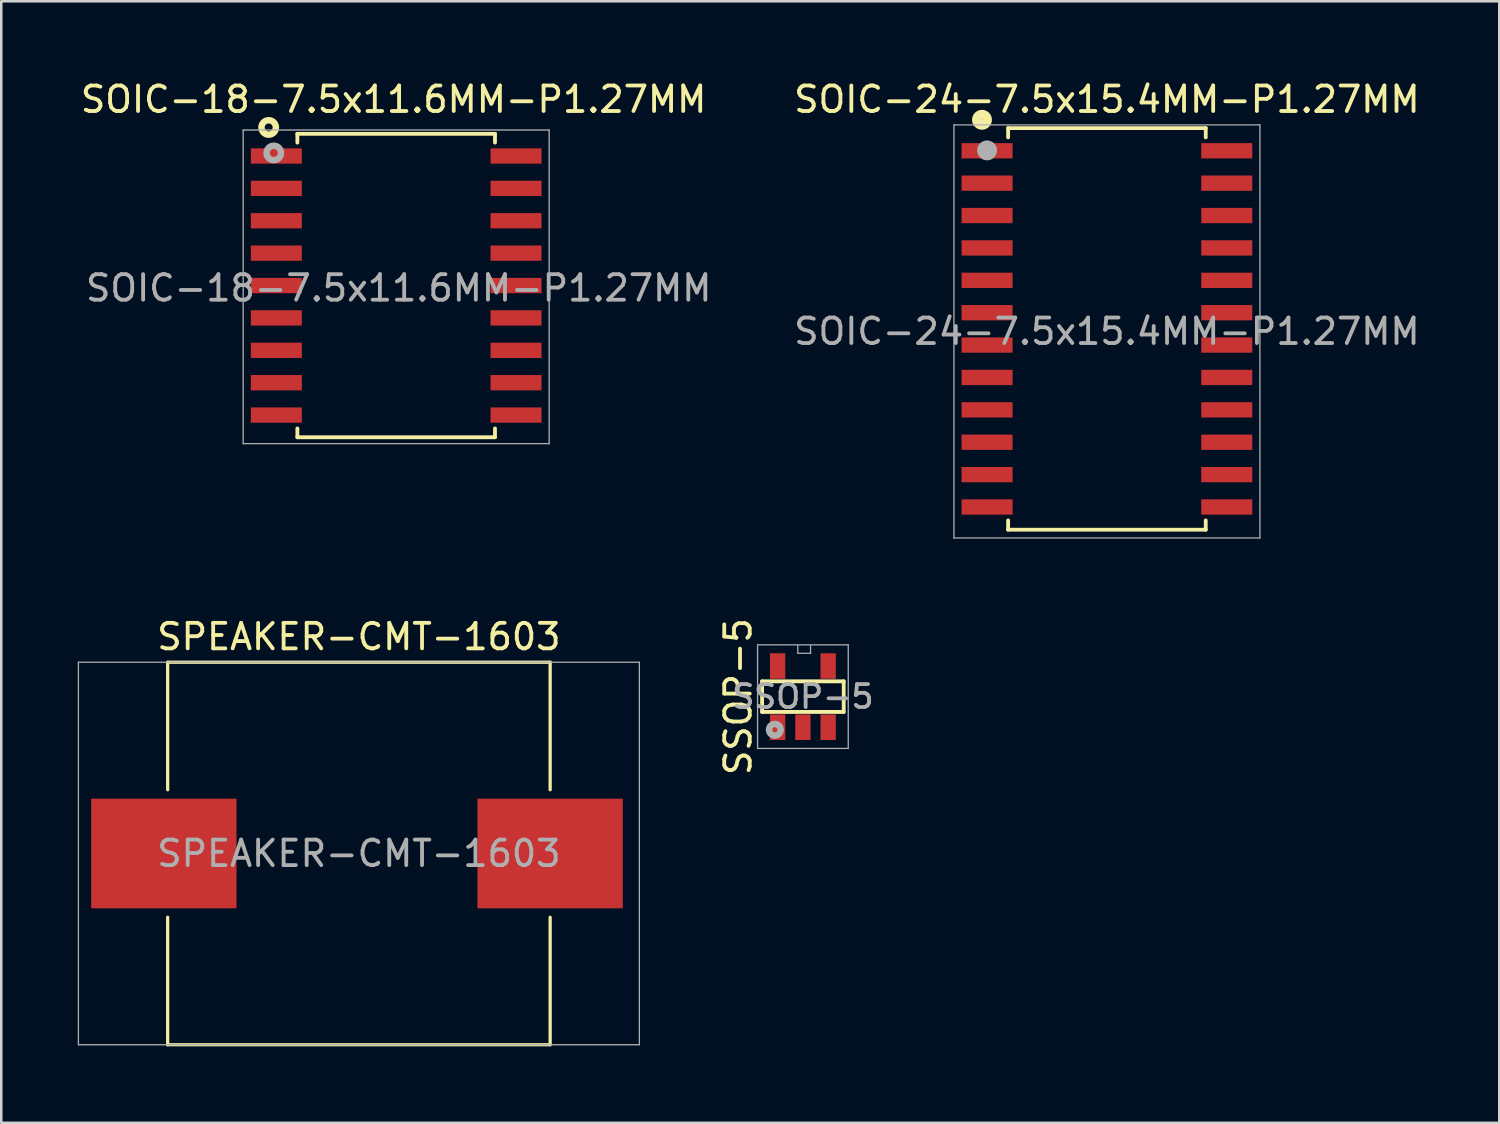
<source format=kicad_pcb>
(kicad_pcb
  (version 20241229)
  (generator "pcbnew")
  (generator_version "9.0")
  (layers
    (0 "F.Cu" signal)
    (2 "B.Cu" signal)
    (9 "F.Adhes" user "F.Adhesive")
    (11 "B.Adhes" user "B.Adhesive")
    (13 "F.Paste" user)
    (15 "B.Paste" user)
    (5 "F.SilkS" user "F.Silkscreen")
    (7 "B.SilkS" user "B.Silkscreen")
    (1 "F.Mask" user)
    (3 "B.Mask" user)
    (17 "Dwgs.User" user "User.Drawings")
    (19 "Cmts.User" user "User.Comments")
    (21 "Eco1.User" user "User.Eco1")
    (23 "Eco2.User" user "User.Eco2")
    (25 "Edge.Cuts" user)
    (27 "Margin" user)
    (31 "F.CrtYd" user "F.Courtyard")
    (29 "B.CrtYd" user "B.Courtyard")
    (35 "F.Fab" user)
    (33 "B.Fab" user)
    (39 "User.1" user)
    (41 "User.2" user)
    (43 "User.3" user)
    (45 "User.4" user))
  (footprint "SPEAKER-CMT-1603"
    (layer "F.Cu")
    (at 11.025 30.422)
    (property "Reference" "SPEAKER-CMT-1603" (at 0 0 0) (layer "F.Fab") (effects (font (size 1 1) (thickness 0.15))))
    (attr smd)
    (fp_line (start -7.5 -7.5) (end -7.5 -2.5) (stroke (width 0.127) (type solid)) (layer "F.SilkS"))
    (fp_line (start -7.5 2.5) (end -7.5 7.5) (stroke (width 0.127) (type solid)) (layer "F.SilkS"))
    (fp_line (start -7.5 7.5) (end 7.5 7.5) (stroke (width 0.127) (type solid)) (layer "F.SilkS"))
    (fp_line (start 7.5 -7.5) (end -7.5 -7.5) (stroke (width 0.127) (type solid)) (layer "F.SilkS"))
    (fp_line (start 7.5 -2.5) (end 7.5 -7.5) (stroke (width 0.127) (type solid)) (layer "F.SilkS"))
    (fp_line (start 7.5 7.5) (end 7.5 2.5) (stroke (width 0.127) (type solid)) (layer "F.SilkS"))
    (fp_line (start -11 -7.5) (end -11 7.5) (stroke (width 0.05) (type solid)) (layer "F.Fab"))
    (fp_line (start -11 7.5) (end 11 7.5) (stroke (width 0.05) (type solid)) (layer "F.Fab"))
    (fp_line (start 11 -7.5) (end -11 -7.5) (stroke (width 0.05) (type solid)) (layer "F.Fab"))
    (fp_line (start 11 7.5) (end 11 -7.5) (stroke (width 0.05) (type solid)) (layer "F.Fab"))
    (fp_text user "${REFERENCE}" (at 0 -8.5 0) (layer "F.SilkS") (effects (font (size 1 1) (thickness 0.15))))
    (pad "1" smd rect (at -7.65 0) (size 5.7 4.3) (layers "F.Cu" "F.Mask" "F.Paste"))
    (pad "2" smd rect (at 7.5 0) (size 5.7 4.3) (layers "F.Cu" "F.Mask" "F.Paste")))
  (footprint "SOIC-18-7.5x11.6MM-P1.27MM"
    (layer "F.Cu")
    (at 12.487 8.148)
    (property "Reference" "SOIC-18-7.5x11.6MM-P1.27MM" (at 0.1 0.1 0) (layer "F.Fab") (effects (font (size 1 1) (thickness 0.15))))
    (attr smd)
    (fp_line (start -3.875 -5.95) (end -3.875 -5.605) (stroke (width 0.15) (type solid)) (layer "F.SilkS"))
    (fp_line (start -3.875 -5.95) (end 3.875 -5.95) (stroke (width 0.15) (type solid)) (layer "F.SilkS"))
    (fp_line (start -3.875 5.95) (end -3.875 5.605) (stroke (width 0.15) (type solid)) (layer "F.SilkS"))
    (fp_line (start -3.875 5.95) (end 3.875 5.95) (stroke (width 0.15) (type solid)) (layer "F.SilkS"))
    (fp_line (start 3.875 -5.95) (end 3.875 -5.605) (stroke (width 0.15) (type solid)) (layer "F.SilkS"))
    (fp_line (start 3.875 5.95) (end 3.875 5.605) (stroke (width 0.15) (type solid)) (layer "F.SilkS"))
    (fp_circle (center -5 -6.2) (end -4.8 -6) (stroke (width 0.254) (type solid)) (fill no) (layer "F.SilkS"))
    (fp_line (start -6 -6.1) (end -6 6.2) (stroke (width 0.051) (type solid)) (layer "F.Fab"))
    (fp_line (start -6 6.2) (end 6 6.2) (stroke (width 0.051) (type solid)) (layer "F.Fab"))
    (fp_line (start 6 -6.1) (end -6 -6.1) (stroke (width 0.051) (type solid)) (layer "F.Fab"))
    (fp_line (start 6 6.2) (end 6 -6.1) (stroke (width 0.051) (type solid)) (layer "F.Fab"))
    (fp_circle (center -4.8 -5.2) (end -4.6 -5) (stroke (width 0.254) (type solid)) (fill no) (layer "F.Fab"))
    (fp_text user "${REFERENCE}" (at -0.1 -7.3 0) (layer "F.SilkS") (effects (font (size 1 1) (thickness 0.15))))
    (pad "1" smd rect (at -4.7 -5.08) (size 2 0.6) (layers "F.Cu" "F.Mask" "F.Paste"))
    (pad "2" smd rect (at -4.7 -3.81) (size 2 0.6) (layers "F.Cu" "F.Mask" "F.Paste"))
    (pad "3" smd rect (at -4.7 -2.54) (size 2 0.6) (layers "F.Cu" "F.Mask" "F.Paste"))
    (pad "4" smd rect (at -4.7 -1.27) (size 2 0.6) (layers "F.Cu" "F.Mask" "F.Paste"))
    (pad "5" smd rect (at -4.7 0) (size 2 0.6) (layers "F.Cu" "F.Mask" "F.Paste"))
    (pad "6" smd rect (at -4.7 1.27) (size 2 0.6) (layers "F.Cu" "F.Mask" "F.Paste"))
    (pad "7" smd rect (at -4.7 2.54) (size 2 0.6) (layers "F.Cu" "F.Mask" "F.Paste"))
    (pad "8" smd rect (at -4.7 3.81) (size 2 0.6) (layers "F.Cu" "F.Mask" "F.Paste"))
    (pad "9" smd rect (at -4.7 5.08) (size 2 0.6) (layers "F.Cu" "F.Mask" "F.Paste"))
    (pad "10" smd rect (at 4.7 5.08) (size 2 0.6) (layers "F.Cu" "F.Mask" "F.Paste"))
    (pad "11" smd rect (at 4.7 3.81) (size 2 0.6) (layers "F.Cu" "F.Mask" "F.Paste"))
    (pad "12" smd rect (at 4.7 2.54) (size 2 0.6) (layers "F.Cu" "F.Mask" "F.Paste"))
    (pad "13" smd rect (at 4.7 1.27) (size 2 0.6) (layers "F.Cu" "F.Mask" "F.Paste"))
    (pad "14" smd rect (at 4.7 0) (size 2 0.6) (layers "F.Cu" "F.Mask" "F.Paste"))
    (pad "15" smd rect (at 4.7 -1.27) (size 2 0.6) (layers "F.Cu" "F.Mask" "F.Paste"))
    (pad "16" smd rect (at 4.7 -2.54) (size 2 0.6) (layers "F.Cu" "F.Mask" "F.Paste"))
    (pad "17" smd rect (at 4.7 -3.81) (size 2 0.6) (layers "F.Cu" "F.Mask" "F.Paste"))
    (pad "18" smd rect (at 4.7 -5.08) (size 2 0.6) (layers "F.Cu" "F.Mask" "F.Paste")))
  (footprint "SSOP-5"
    (layer "F.Cu")
    (at 28.438 24.27)
    (property "Reference" "SSOP-5" (at 0 0 0) (layer "F.Fab") (effects (font (size 0.9 0.9) (thickness 0.15))))
    (attr smd)
    (fp_line (start -1.6 -0.6) (end -1.6 0.6) (stroke (width 0.15) (type solid)) (layer "F.SilkS"))
    (fp_line (start -1.6 0.6) (end 1.6 0.6) (stroke (width 0.15) (type solid)) (layer "F.SilkS"))
    (fp_line (start 1.6 -0.6) (end -1.6 -0.6) (stroke (width 0.15) (type solid)) (layer "F.SilkS"))
    (fp_line (start 1.6 0.6) (end 1.6 -0.6) (stroke (width 0.15) (type solid)) (layer "F.SilkS"))
    (fp_line (start -1.778 -2.032) (end -1.778 2.032) (stroke (width 0.05) (type solid)) (layer "F.Fab"))
    (fp_line (start -1.778 2.032) (end 1.778 2.032) (stroke (width 0.05) (type solid)) (layer "F.Fab"))
    (fp_line (start -0.2 -2) (end -0.2 -1.7) (stroke (width 0.05) (type solid)) (layer "F.Fab"))
    (fp_line (start -0.2 -1.7) (end 0.3 -1.7) (stroke (width 0.05) (type solid)) (layer "F.Fab"))
    (fp_line (start 0.3 -1.7) (end 0.3 -2) (stroke (width 0.05) (type solid)) (layer "F.Fab"))
    (fp_line (start 1.778 -2.032) (end -1.778 -2.032) (stroke (width 0.05) (type solid)) (layer "F.Fab"))
    (fp_line (start 1.778 2.032) (end 1.778 -2.032) (stroke (width 0.05) (type solid)) (layer "F.Fab"))
    (fp_circle (center -1.1 1.3) (end -1.1 1.2) (stroke (width 0.254) (type solid)) (fill no) (layer "F.Fab"))
    (fp_text user "${REFERENCE}" (at -2.54 0 90) (layer "F.SilkS") (effects (font (size 1 1) (thickness 0.15))))
    (pad "1" smd rect (at -0.99 1.2) (size 0.6 1) (layers "F.Cu" "F.Mask" "F.Paste"))
    (pad "2" smd rect (at 0 1.2) (size 0.6 1) (layers "F.Cu" "F.Mask" "F.Paste"))
    (pad "3" smd rect (at 0.99 1.2) (size 0.6 1) (layers "F.Cu" "F.Mask" "F.Paste"))
    (pad "4" smd rect (at 0.99 -1.2) (size 0.6 1) (layers "F.Cu" "F.Mask" "F.Paste"))
    (pad "5" smd rect (at -0.99 -1.2) (size 0.6 1) (layers "F.Cu" "F.Mask" "F.Paste")))
  (footprint "SOIC-24-7.5x15.4MM-P1.27MM"
    (layer "F.Cu")
    (at 40.361 9.848)
    (property "Reference" "SOIC-24-7.5x15.4MM-P1.27MM" (at 0 0.1 0) (layer "F.Fab") (effects (font (size 1 1) (thickness 0.15))))
    (attr smd)
    (fp_line (start -3.875 -7.875) (end -3.875 -7.51) (stroke (width 0.15) (type solid)) (layer "F.SilkS"))
    (fp_line (start -3.875 -7.875) (end 3.875 -7.875) (stroke (width 0.15) (type solid)) (layer "F.SilkS"))
    (fp_line (start -3.875 7.875) (end -3.875 7.51) (stroke (width 0.15) (type solid)) (layer "F.SilkS"))
    (fp_line (start -3.875 7.875) (end 3.875 7.875) (stroke (width 0.15) (type solid)) (layer "F.SilkS"))
    (fp_line (start 3.875 -7.875) (end 3.875 -7.51) (stroke (width 0.15) (type solid)) (layer "F.SilkS"))
    (fp_line (start 3.875 7.875) (end 3.875 7.51) (stroke (width 0.15) (type solid)) (layer "F.SilkS"))
    (fp_circle (center -4.9 -8.2) (end -4.9 -8) (stroke (width 0.381) (type solid)) (fill no) (layer "F.SilkS"))
    (fp_line (start -6 -8) (end -6 8.2) (stroke (width 0.051) (type solid)) (layer "F.Fab"))
    (fp_line (start -6 8.2) (end 6 8.2) (stroke (width 0.051) (type solid)) (layer "F.Fab"))
    (fp_line (start 6 -8) (end -6 -8) (stroke (width 0.051) (type solid)) (layer "F.Fab"))
    (fp_line (start 6 8.2) (end 6 -8) (stroke (width 0.051) (type solid)) (layer "F.Fab"))
    (fp_circle (center -4.7 -7) (end -4.7 -6.8) (stroke (width 0.381) (type solid)) (fill no) (layer "F.Fab"))
    (fp_text user "${REFERENCE}" (at 0 -9 0) (layer "F.SilkS") (effects (font (size 1 1) (thickness 0.15))))
    (pad "1" smd rect (at -4.7 -6.985) (size 2 0.6) (layers "F.Cu" "F.Mask" "F.Paste"))
    (pad "2" smd rect (at -4.7 -5.715) (size 2 0.6) (layers "F.Cu" "F.Mask" "F.Paste"))
    (pad "3" smd rect (at -4.7 -4.445) (size 2 0.6) (layers "F.Cu" "F.Mask" "F.Paste"))
    (pad "4" smd rect (at -4.7 -3.175) (size 2 0.6) (layers "F.Cu" "F.Mask" "F.Paste"))
    (pad "5" smd rect (at -4.7 -1.905) (size 2 0.6) (layers "F.Cu" "F.Mask" "F.Paste"))
    (pad "6" smd rect (at -4.7 -0.635) (size 2 0.6) (layers "F.Cu" "F.Mask" "F.Paste"))
    (pad "7" smd rect (at -4.7 0.635) (size 2 0.6) (layers "F.Cu" "F.Mask" "F.Paste"))
    (pad "8" smd rect (at -4.7 1.905) (size 2 0.6) (layers "F.Cu" "F.Mask" "F.Paste"))
    (pad "9" smd rect (at -4.7 3.175) (size 2 0.6) (layers "F.Cu" "F.Mask" "F.Paste"))
    (pad "10" smd rect (at -4.7 4.445) (size 2 0.6) (layers "F.Cu" "F.Mask" "F.Paste"))
    (pad "11" smd rect (at -4.7 5.715) (size 2 0.6) (layers "F.Cu" "F.Mask" "F.Paste"))
    (pad "12" smd rect (at -4.7 6.985) (size 2 0.6) (layers "F.Cu" "F.Mask" "F.Paste"))
    (pad "13" smd rect (at 4.7 6.985) (size 2 0.6) (layers "F.Cu" "F.Mask" "F.Paste"))
    (pad "14" smd rect (at 4.7 5.715) (size 2 0.6) (layers "F.Cu" "F.Mask" "F.Paste"))
    (pad "15" smd rect (at 4.7 4.445) (size 2 0.6) (layers "F.Cu" "F.Mask" "F.Paste"))
    (pad "16" smd rect (at 4.7 3.175) (size 2 0.6) (layers "F.Cu" "F.Mask" "F.Paste"))
    (pad "17" smd rect (at 4.7 1.905) (size 2 0.6) (layers "F.Cu" "F.Mask" "F.Paste"))
    (pad "18" smd rect (at 4.7 0.635) (size 2 0.6) (layers "F.Cu" "F.Mask" "F.Paste"))
    (pad "19" smd rect (at 4.7 -0.635) (size 2 0.6) (layers "F.Cu" "F.Mask" "F.Paste"))
    (pad "20" smd rect (at 4.7 -1.905) (size 2 0.6) (layers "F.Cu" "F.Mask" "F.Paste"))
    (pad "21" smd rect (at 4.7 -3.175) (size 2 0.6) (layers "F.Cu" "F.Mask" "F.Paste"))
    (pad "22" smd rect (at 4.7 -4.445) (size 2 0.6) (layers "F.Cu" "F.Mask" "F.Paste"))
    (pad "23" smd rect (at 4.7 -5.715) (size 2 0.6) (layers "F.Cu" "F.Mask" "F.Paste"))
    (pad "24" smd rect (at 4.7 -6.985) (size 2 0.6) (layers "F.Cu" "F.Mask" "F.Paste")))
  (gr_rect
    (start -3 -3)
    (end 55.748 40.985)
    (stroke (width 0.1) (type default))
    (fill no)
    (layer "Edge.Cuts")))
</source>
